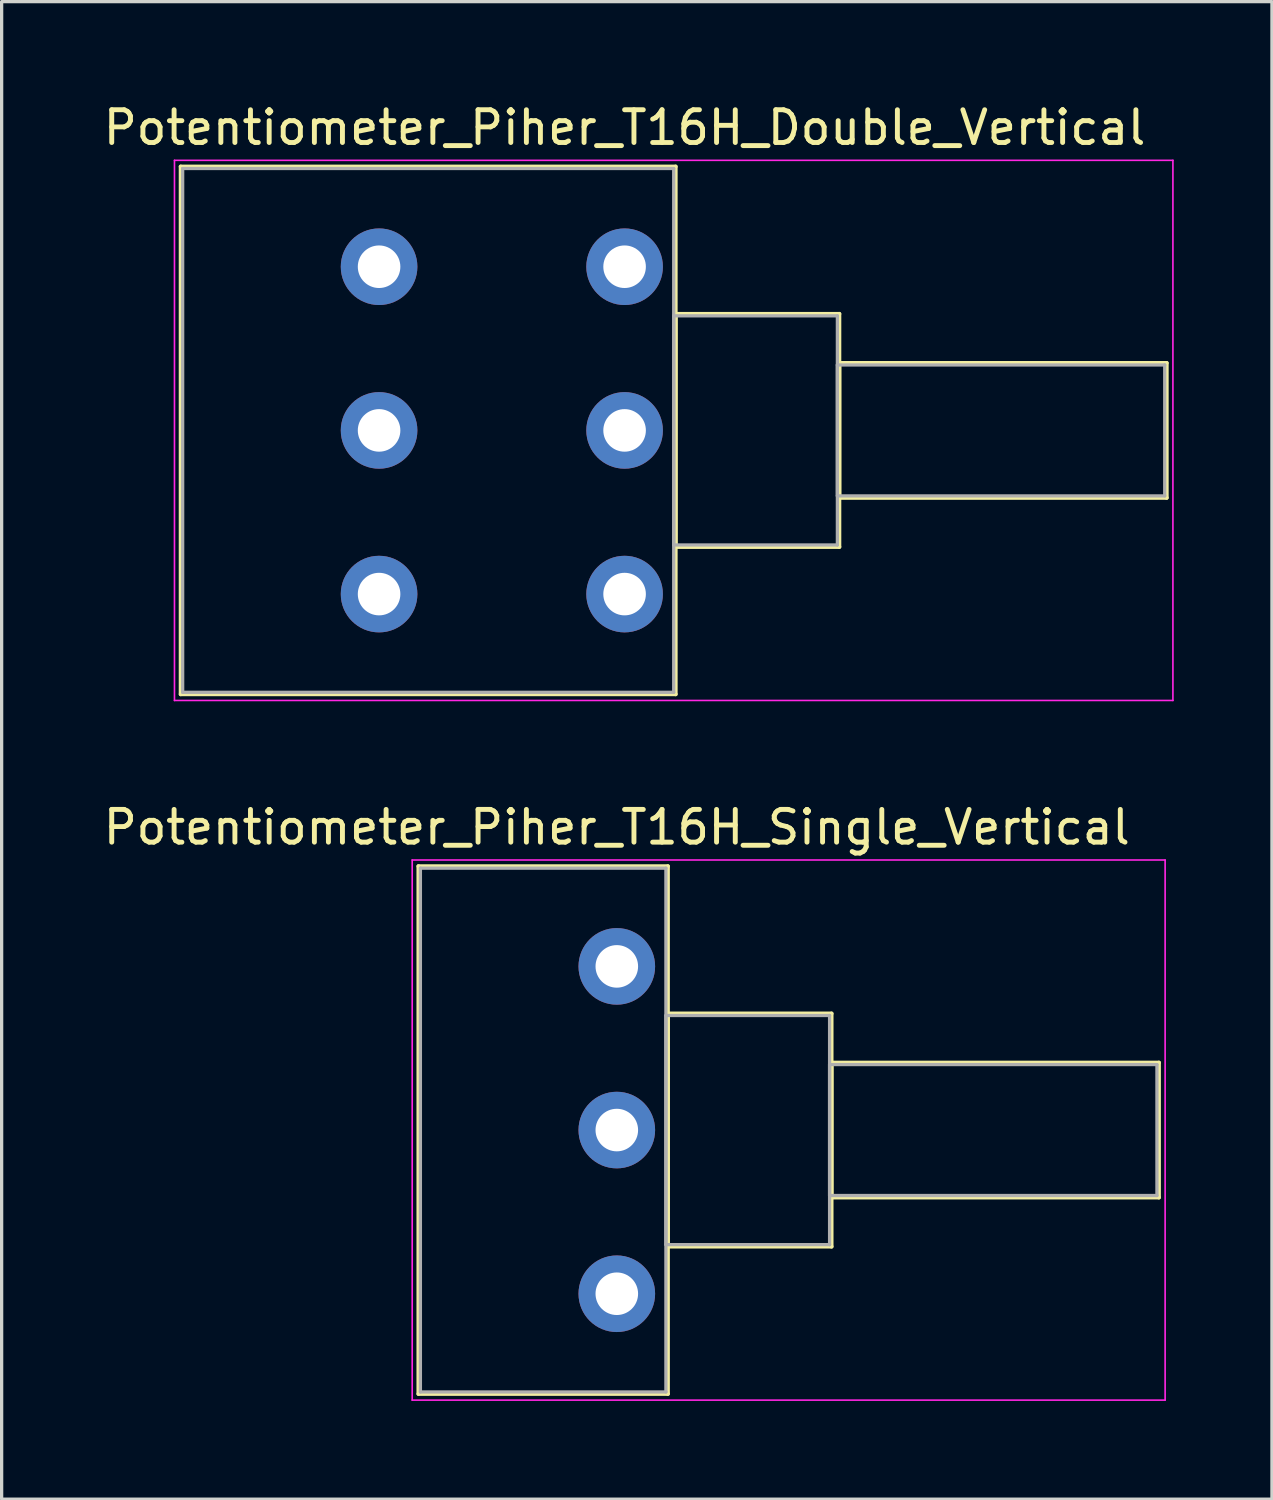
<source format=kicad_pcb>
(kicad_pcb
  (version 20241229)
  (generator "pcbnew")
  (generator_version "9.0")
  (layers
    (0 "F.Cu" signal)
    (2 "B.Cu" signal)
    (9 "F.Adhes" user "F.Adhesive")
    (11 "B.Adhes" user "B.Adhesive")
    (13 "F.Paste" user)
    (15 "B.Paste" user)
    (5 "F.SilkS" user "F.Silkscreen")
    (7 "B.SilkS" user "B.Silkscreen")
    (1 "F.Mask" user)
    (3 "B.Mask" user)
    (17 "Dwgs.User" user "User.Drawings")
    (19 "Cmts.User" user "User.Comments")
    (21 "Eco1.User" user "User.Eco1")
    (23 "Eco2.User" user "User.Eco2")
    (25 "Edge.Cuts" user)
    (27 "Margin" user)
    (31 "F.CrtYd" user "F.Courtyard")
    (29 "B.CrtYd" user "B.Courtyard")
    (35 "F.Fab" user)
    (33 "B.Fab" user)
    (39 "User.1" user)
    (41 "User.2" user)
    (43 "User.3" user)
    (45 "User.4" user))
  (footprint "Potentiometer_Piher_T16H_Single_Vertical"
    (layer "F.Cu")
    (at 15.792 36.471)
    (property "Reference" "Potentiometer_Piher_T16H_Single_Vertical" (at 0 -14.25 0) (layer "F.SilkS") (effects (font (size 1 1) (thickness 0.15))))
    (attr through_hole)
    (fp_line (start -6.06 -13.06) (end -6.06 3.06) (stroke (width 0.12) (type solid)) (layer "F.SilkS"))
    (fp_line (start -6.06 -13.06) (end 1.561 -13.06) (stroke (width 0.12) (type solid)) (layer "F.SilkS"))
    (fp_line (start -6.06 3.06) (end 1.561 3.06) (stroke (width 0.12) (type solid)) (layer "F.SilkS"))
    (fp_line (start 1.561 -13.06) (end 1.561 3.06) (stroke (width 0.12) (type solid)) (layer "F.SilkS"))
    (fp_line (start 1.561 -8.56) (end 1.561 -1.44) (stroke (width 0.12) (type solid)) (layer "F.SilkS"))
    (fp_line (start 1.561 -8.56) (end 6.56 -8.56) (stroke (width 0.12) (type solid)) (layer "F.SilkS"))
    (fp_line (start 1.561 -1.44) (end 6.56 -1.44) (stroke (width 0.12) (type solid)) (layer "F.SilkS"))
    (fp_line (start 6.56 -8.56) (end 6.56 -1.44) (stroke (width 0.12) (type solid)) (layer "F.SilkS"))
    (fp_line (start 6.56 -7.06) (end 6.56 -2.94) (stroke (width 0.12) (type solid)) (layer "F.SilkS"))
    (fp_line (start 6.56 -7.06) (end 16.561 -7.06) (stroke (width 0.12) (type solid)) (layer "F.SilkS"))
    (fp_line (start 6.56 -2.94) (end 16.561 -2.94) (stroke (width 0.12) (type solid)) (layer "F.SilkS"))
    (fp_line (start 16.561 -7.06) (end 16.561 -2.94) (stroke (width 0.12) (type solid)) (layer "F.SilkS"))
    (fp_line (start -6.25 -13.25) (end -6.25 3.25) (stroke (width 0.05) (type solid)) (layer "F.CrtYd"))
    (fp_line (start -6.25 3.25) (end 16.75 3.25) (stroke (width 0.05) (type solid)) (layer "F.CrtYd"))
    (fp_line (start 16.75 -13.25) (end -6.25 -13.25) (stroke (width 0.05) (type solid)) (layer "F.CrtYd"))
    (fp_line (start 16.75 3.25) (end 16.75 -13.25) (stroke (width 0.05) (type solid)) (layer "F.CrtYd"))
    (fp_line (start -6 -13) (end -6 3) (stroke (width 0.1) (type solid)) (layer "F.Fab"))
    (fp_line (start -6 3) (end 1.5 3) (stroke (width 0.1) (type solid)) (layer "F.Fab"))
    (fp_line (start 1.5 -13) (end -6 -13) (stroke (width 0.1) (type solid)) (layer "F.Fab"))
    (fp_line (start 1.5 -8.5) (end 1.5 -1.5) (stroke (width 0.1) (type solid)) (layer "F.Fab"))
    (fp_line (start 1.5 -1.5) (end 6.5 -1.5) (stroke (width 0.1) (type solid)) (layer "F.Fab"))
    (fp_line (start 1.5 3) (end 1.5 -13) (stroke (width 0.1) (type solid)) (layer "F.Fab"))
    (fp_line (start 6.5 -8.5) (end 1.5 -8.5) (stroke (width 0.1) (type solid)) (layer "F.Fab"))
    (fp_line (start 6.5 -7) (end 6.5 -3) (stroke (width 0.1) (type solid)) (layer "F.Fab"))
    (fp_line (start 6.5 -3) (end 16.5 -3) (stroke (width 0.1) (type solid)) (layer "F.Fab"))
    (fp_line (start 6.5 -1.5) (end 6.5 -8.5) (stroke (width 0.1) (type solid)) (layer "F.Fab"))
    (fp_line (start 16.5 -7) (end 6.5 -7) (stroke (width 0.1) (type solid)) (layer "F.Fab"))
    (fp_line (start 16.5 -3) (end 16.5 -7) (stroke (width 0.1) (type solid)) (layer "F.Fab"))
    (pad "1" thru_hole circle (at 0 0) (size 2.34 2.34) (drill 1.3) (layers "*.Cu" "*.Mask"))
    (pad "2" thru_hole circle (at 0 -5) (size 2.34 2.34) (drill 1.3) (layers "*.Cu" "*.Mask"))
    (pad "3" thru_hole circle (at 0 -10) (size 2.34 2.34) (drill 1.3) (layers "*.Cu" "*.Mask")))
  (footprint "Potentiometer_Piher_T16H_Double_Vertical"
    (layer "F.Cu")
    (at 16.03 15.098)
    (property "Reference" "Potentiometer_Piher_T16H_Double_Vertical" (at 0 -14.25 0) (layer "F.SilkS") (effects (font (size 1 1) (thickness 0.15))))
    (attr through_hole)
    (fp_line (start -13.56 -13.06) (end -13.56 3.06) (stroke (width 0.12) (type solid)) (layer "F.SilkS"))
    (fp_line (start -13.56 -13.06) (end 1.56 -13.06) (stroke (width 0.12) (type solid)) (layer "F.SilkS"))
    (fp_line (start -13.56 3.06) (end 1.56 3.06) (stroke (width 0.12) (type solid)) (layer "F.SilkS"))
    (fp_line (start 1.56 -13.06) (end 1.56 3.06) (stroke (width 0.12) (type solid)) (layer "F.SilkS"))
    (fp_line (start 1.56 -8.56) (end 1.56 -1.44) (stroke (width 0.12) (type solid)) (layer "F.SilkS"))
    (fp_line (start 1.56 -8.56) (end 6.56 -8.56) (stroke (width 0.12) (type solid)) (layer "F.SilkS"))
    (fp_line (start 1.56 -1.44) (end 6.56 -1.44) (stroke (width 0.12) (type solid)) (layer "F.SilkS"))
    (fp_line (start 6.56 -8.56) (end 6.56 -1.44) (stroke (width 0.12) (type solid)) (layer "F.SilkS"))
    (fp_line (start 6.56 -7.06) (end 6.56 -2.94) (stroke (width 0.12) (type solid)) (layer "F.SilkS"))
    (fp_line (start 6.56 -7.06) (end 16.56 -7.06) (stroke (width 0.12) (type solid)) (layer "F.SilkS"))
    (fp_line (start 6.56 -2.94) (end 16.56 -2.94) (stroke (width 0.12) (type solid)) (layer "F.SilkS"))
    (fp_line (start 16.56 -7.06) (end 16.56 -2.94) (stroke (width 0.12) (type solid)) (layer "F.SilkS"))
    (fp_line (start -13.75 -13.25) (end -13.75 3.25) (stroke (width 0.05) (type solid)) (layer "F.CrtYd"))
    (fp_line (start -13.75 3.25) (end 16.75 3.25) (stroke (width 0.05) (type solid)) (layer "F.CrtYd"))
    (fp_line (start 16.75 -13.25) (end -13.75 -13.25) (stroke (width 0.05) (type solid)) (layer "F.CrtYd"))
    (fp_line (start 16.75 3.25) (end 16.75 -13.25) (stroke (width 0.05) (type solid)) (layer "F.CrtYd"))
    (fp_line (start -13.5 -13) (end -13.5 3) (stroke (width 0.1) (type solid)) (layer "F.Fab"))
    (fp_line (start -13.5 3) (end 1.5 3) (stroke (width 0.1) (type solid)) (layer "F.Fab"))
    (fp_line (start 1.5 -13) (end -13.5 -13) (stroke (width 0.1) (type solid)) (layer "F.Fab"))
    (fp_line (start 1.5 -8.5) (end 1.5 -1.5) (stroke (width 0.1) (type solid)) (layer "F.Fab"))
    (fp_line (start 1.5 -1.5) (end 6.5 -1.5) (stroke (width 0.1) (type solid)) (layer "F.Fab"))
    (fp_line (start 1.5 3) (end 1.5 -13) (stroke (width 0.1) (type solid)) (layer "F.Fab"))
    (fp_line (start 6.5 -8.5) (end 1.5 -8.5) (stroke (width 0.1) (type solid)) (layer "F.Fab"))
    (fp_line (start 6.5 -7) (end 6.5 -3) (stroke (width 0.1) (type solid)) (layer "F.Fab"))
    (fp_line (start 6.5 -3) (end 16.5 -3) (stroke (width 0.1) (type solid)) (layer "F.Fab"))
    (fp_line (start 6.5 -1.5) (end 6.5 -8.5) (stroke (width 0.1) (type solid)) (layer "F.Fab"))
    (fp_line (start 16.5 -7) (end 6.5 -7) (stroke (width 0.1) (type solid)) (layer "F.Fab"))
    (fp_line (start 16.5 -3) (end 16.5 -7) (stroke (width 0.1) (type solid)) (layer "F.Fab"))
    (pad "1" thru_hole circle (at 0 0) (size 2.34 2.34) (drill 1.3) (layers "*.Cu" "*.Mask"))
    (pad "2" thru_hole circle (at 0 -5) (size 2.34 2.34) (drill 1.3) (layers "*.Cu" "*.Mask"))
    (pad "3" thru_hole circle (at 0 -10) (size 2.34 2.34) (drill 1.3) (layers "*.Cu" "*.Mask"))
    (pad "4" thru_hole circle (at -7.5 0) (size 2.34 2.34) (drill 1.3) (layers "*.Cu" "*.Mask"))
    (pad "5" thru_hole circle (at -7.5 -5) (size 2.34 2.34) (drill 1.3) (layers "*.Cu" "*.Mask"))
    (pad "6" thru_hole circle (at -7.5 -10) (size 2.34 2.34) (drill 1.3) (layers "*.Cu" "*.Mask")))
  (gr_rect
    (start -3 -3)
    (end 35.805 42.746)
    (stroke (width 0.1) (type default))
    (fill no)
    (layer "Edge.Cuts")))
</source>
